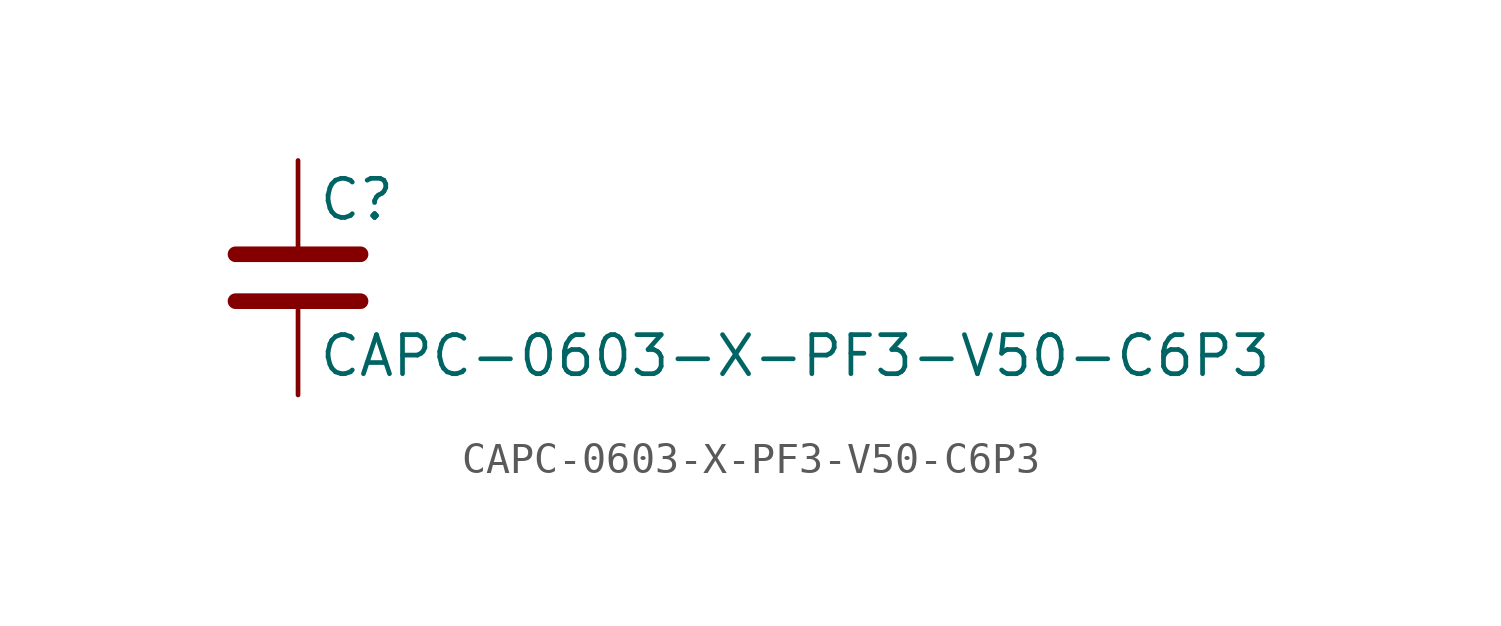
<source format=kicad_sym>
(kicad_symbol_lib
  (version 20211014)
  (generator kicad_symbol_editor)
  (symbol "CAPC-0603-X-PF3-V50-C6P3"
    (pin_numbers hide)
    (pin_names
      (offset 0.254))
    (property "Reference" "C"
      (at 0.635 2.54 0)
      (effects (font (size 1.27 1.27)) (justify left)))
    (property "Value" "CAPC-0603-X-PF3-V50-C6P3"
      (at 0.635 -2.54 0)
      (effects (font (size 1.27 1.27)) (justify left)))
    (symbol "CAPC-0603-X-PF3-V50-C6P3_0_1"
      (polyline (pts (xy -2.032 -0.762) (xy 2.032 -0.762)) (stroke (width 0.508) (type default) (color 0 0 0 0)) (fill (type none)))
      (polyline (pts (xy -2.032 0.762) (xy 2.032 0.762)) (stroke (width 0.508) (type default) (color 0 0 0 0)) (fill (type none))))
    (symbol "CAPC-0603-X-PF3-V50-C6P3_1_1"
      (pin passive line (at 0 3.81 270) (length 2.794) (name "~" (effects (font (size 1.27 1.27)))) (number "1" (effects (font (size 1.27 1.27)))))
      (pin passive line (at 0 -3.81 90) (length 2.794) (name "~" (effects (font (size 1.27 1.27)))) (number "2" (effects (font (size 1.27 1.27))))))))
</source>
